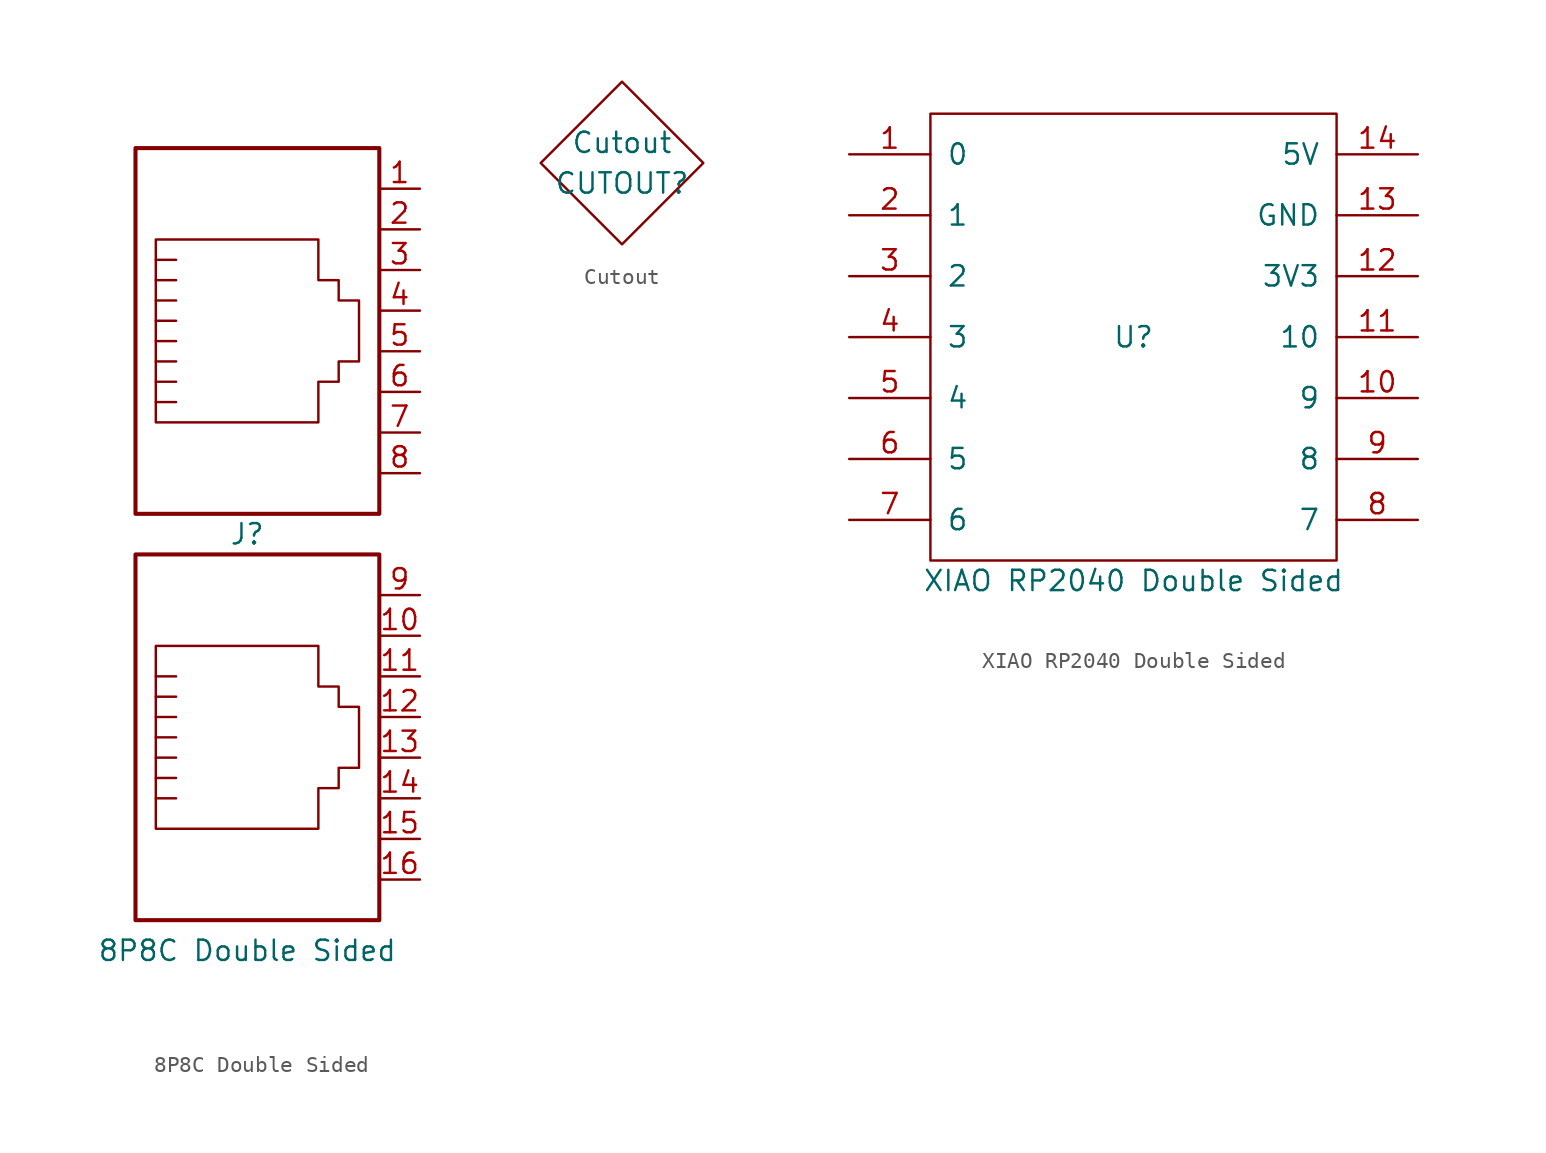
<source format=kicad_sym>
(kicad_symbol_lib
  (version 20211014)
  (generator kicad_symbol_editor)
  (symbol "8P8C Double Sided"
    (pin_names
      (offset 1.016))
    (property "Reference" "J"
      (at 0 0 0)
      (effects (font (size 1.27 1.27))))
    (property "Value" "8P8C Double Sided"
      (at 0 -26.035 0)
      (effects (font (size 1.27 1.27))))
    (symbol "8P8C Double Sided_1_1"
      (rectangle (start -6.985 24.13) (end 8.255 1.27) (stroke (width 0.254) (type default) (color 0 0 0 0)) (fill (type none)))
      (polyline (pts (xy -4.445 -8.89) (xy -5.715 -8.89)) (stroke (width 0) (type default) (color 0 0 0 0)) (fill (type none)))
      (polyline (pts (xy -4.445 8.255) (xy -5.715 8.255)) (stroke (width 0) (type default) (color 0 0 0 0)) (fill (type none)))
      (polyline (pts (xy -4.445 9.525) (xy -5.715 9.525)) (stroke (width 0) (type default) (color 0 0 0 0)) (fill (type none)))
      (polyline (pts (xy 8.255 -5.08) (xy 8.255 -6.35)) (stroke (width 0) (type default) (color 0 0 0 0)) (fill (type none)))
      (polyline (pts (xy -5.715 -16.51) (xy -4.445 -16.51) (xy -4.445 -16.51)) (stroke (width 0) (type default) (color 0 0 0 0)) (fill (type none)))
      (polyline (pts (xy -5.715 -15.24) (xy -4.445 -15.24) (xy -4.445 -15.24)) (stroke (width 0) (type default) (color 0 0 0 0)) (fill (type none)))
      (polyline (pts (xy -5.715 -13.97) (xy -4.445 -13.97) (xy -4.445 -13.97)) (stroke (width 0) (type default) (color 0 0 0 0)) (fill (type none)))
      (polyline (pts (xy -5.715 -12.7) (xy -4.445 -12.7) (xy -4.445 -12.7)) (stroke (width 0) (type default) (color 0 0 0 0)) (fill (type none)))
      (polyline (pts (xy -5.715 -11.43) (xy -4.445 -11.43) (xy -4.445 -11.43)) (stroke (width 0) (type default) (color 0 0 0 0)) (fill (type none)))
      (polyline (pts (xy -5.715 12.065) (xy -4.445 12.065) (xy -4.445 12.065)) (stroke (width 0) (type default) (color 0 0 0 0)) (fill (type none)))
      (polyline (pts (xy -5.715 13.335) (xy -4.445 13.335) (xy -4.445 13.335)) (stroke (width 0) (type default) (color 0 0 0 0)) (fill (type none)))
      (polyline (pts (xy -5.715 14.605) (xy -4.445 14.605) (xy -4.445 14.605)) (stroke (width 0) (type default) (color 0 0 0 0)) (fill (type none)))
      (polyline (pts (xy -5.715 15.875) (xy -4.445 15.875) (xy -4.445 15.875)) (stroke (width 0) (type default) (color 0 0 0 0)) (fill (type none)))
      (polyline (pts (xy -5.715 17.145) (xy -4.445 17.145) (xy -4.445 17.145)) (stroke (width 0) (type default) (color 0 0 0 0)) (fill (type none)))
      (polyline (pts (xy -4.445 -10.16) (xy -5.715 -10.16) (xy -5.715 -10.16)) (stroke (width 0) (type default) (color 0 0 0 0)) (fill (type none)))
      (polyline (pts (xy -4.445 10.795) (xy -5.715 10.795) (xy -5.715 10.795)) (stroke (width 0) (type default) (color 0 0 0 0)) (fill (type none)))
      (polyline (pts (xy -5.715 -18.415) (xy -5.715 -6.985) (xy 4.445 -6.985) (xy 4.445 -9.525) (xy 5.715 -9.525) (xy 5.715 -10.795) (xy 6.985 -10.795) (xy 6.985 -14.605) (xy 5.715 -14.605) (xy 5.715 -15.875) (xy 4.445 -15.875) (xy 4.445 -18.415) (xy -5.715 -18.415) (xy -5.715 -18.415)) (stroke (width 0) (type default) (color 0 0 0 0)) (fill (type none)))
      (polyline (pts (xy -5.715 18.415) (xy -5.715 6.985) (xy 4.445 6.985) (xy 4.445 9.525) (xy 5.715 9.525) (xy 5.715 10.795) (xy 6.985 10.795) (xy 6.985 14.605) (xy 5.715 14.605) (xy 5.715 15.875) (xy 4.445 15.875) (xy 4.445 18.415) (xy -5.715 18.415) (xy -5.715 18.415)) (stroke (width 0) (type default) (color 0 0 0 0)) (fill (type none)))
      (rectangle (start 8.255 -1.27) (end -6.985 -24.13) (stroke (width 0.254) (type default) (color 0 0 0 0)) (fill (type none)))
      (pin passive line (at 10.795 21.59 180) (length 2.54) (name "~" (effects (font (size 1.27 1.27)))) (number "1" (effects (font (size 1.27 1.27)))))
      (pin passive line (at 10.795 -6.35 180) (length 2.54) (name "~" (effects (font (size 1.27 1.27)))) (number "10" (effects (font (size 1.27 1.27)))))
      (pin passive line (at 10.795 -8.89 180) (length 2.54) (name "~" (effects (font (size 1.27 1.27)))) (number "11" (effects (font (size 1.27 1.27)))))
      (pin passive line (at 10.795 -11.43 180) (length 2.54) (name "~" (effects (font (size 1.27 1.27)))) (number "12" (effects (font (size 1.27 1.27)))))
      (pin passive line (at 10.795 -13.97 180) (length 2.54) (name "~" (effects (font (size 1.27 1.27)))) (number "13" (effects (font (size 1.27 1.27)))))
      (pin passive line (at 10.795 -16.51 180) (length 2.54) (name "~" (effects (font (size 1.27 1.27)))) (number "14" (effects (font (size 1.27 1.27)))))
      (pin passive line (at 10.795 -19.05 180) (length 2.54) (name "~" (effects (font (size 1.27 1.27)))) (number "15" (effects (font (size 1.27 1.27)))))
      (pin passive line (at 10.795 -21.59 180) (length 2.54) (name "~" (effects (font (size 1.27 1.27)))) (number "16" (effects (font (size 1.27 1.27)))))
      (pin passive line (at 10.795 19.05 180) (length 2.54) (name "~" (effects (font (size 1.27 1.27)))) (number "2" (effects (font (size 1.27 1.27)))))
      (pin passive line (at 10.795 16.51 180) (length 2.54) (name "~" (effects (font (size 1.27 1.27)))) (number "3" (effects (font (size 1.27 1.27)))))
      (pin passive line (at 10.795 13.97 180) (length 2.54) (name "~" (effects (font (size 1.27 1.27)))) (number "4" (effects (font (size 1.27 1.27)))))
      (pin passive line (at 10.795 11.43 180) (length 2.54) (name "~" (effects (font (size 1.27 1.27)))) (number "5" (effects (font (size 1.27 1.27)))))
      (pin passive line (at 10.795 8.89 180) (length 2.54) (name "~" (effects (font (size 1.27 1.27)))) (number "6" (effects (font (size 1.27 1.27)))))
      (pin passive line (at 10.795 6.35 180) (length 2.54) (name "~" (effects (font (size 1.27 1.27)))) (number "7" (effects (font (size 1.27 1.27)))))
      (pin passive line (at 10.795 3.81 180) (length 2.54) (name "~" (effects (font (size 1.27 1.27)))) (number "8" (effects (font (size 1.27 1.27)))))
      (pin passive line (at 10.795 -3.81 180) (length 2.54) (name "~" (effects (font (size 1.27 1.27)))) (number "9" (effects (font (size 1.27 1.27)))))))
  (symbol "Cutout"
    (pin_names
      (offset 1.016))
    (property "Reference" "CUTOUT"
      (at 0 -1.27 0)
      (effects (font (size 1.27 1.27))))
    (property "Value" "Cutout"
      (at 0 1.27 0)
      (effects (font (size 1.27 1.27))))
    (symbol "Cutout_0_1"
      (polyline (pts (xy 0 5.08) (xy 5.08 0) (xy 0 -5.08) (xy -5.08 0) (xy 0 5.08)) (stroke (width 0.152) (type default) (color 0 0 0 0)) (fill (type none)))))
  (symbol "XIAO RP2040 Double Sided"
    (pin_names
      (offset 1))
    (property "Reference" "U"
      (at 0 0 0)
      (effects (font (size 1.27 1.27))))
    (property "Value" "XIAO RP2040 Double Sided"
      (at 0 -15.24 0)
      (effects (font (size 1.27 1.27))))
    (symbol "XIAO RP2040 Double Sided_0_1"
      (rectangle (start -12.7 13.97) (end 12.7 -13.97) (stroke (width 0.152) (type default) (color 0 0 0 0)) (fill (type none))))
    (symbol "XIAO RP2040 Double Sided_1_1"
      (pin input line (at -17.78 11.43 0) (length 5.08) (name "0" (effects (font (size 1.27 1.27)))) (number "1" (effects (font (size 1.27 1.27)))))
      (pin input line (at 17.78 -3.81 180) (length 5.08) (name "9" (effects (font (size 1.27 1.27)))) (number "10" (effects (font (size 1.27 1.27)))))
      (pin input line (at 17.78 0 180) (length 5.08) (name "10" (effects (font (size 1.27 1.27)))) (number "11" (effects (font (size 1.27 1.27)))))
      (pin input line (at 17.78 3.81 180) (length 5.08) (name "3V3" (effects (font (size 1.27 1.27)))) (number "12" (effects (font (size 1.27 1.27)))))
      (pin input line (at 17.78 7.62 180) (length 5.08) (name "GND" (effects (font (size 1.27 1.27)))) (number "13" (effects (font (size 1.27 1.27)))))
      (pin input line (at 17.78 11.43 180) (length 5.08) (name "5V" (effects (font (size 1.27 1.27)))) (number "14" (effects (font (size 1.27 1.27)))))
      (pin input line (at -17.78 7.62 0) (length 5.08) (name "1" (effects (font (size 1.27 1.27)))) (number "2" (effects (font (size 1.27 1.27)))))
      (pin input line (at -17.78 3.81 0) (length 5.08) (name "2" (effects (font (size 1.27 1.27)))) (number "3" (effects (font (size 1.27 1.27)))))
      (pin input line (at -17.78 0 0) (length 5.08) (name "3" (effects (font (size 1.27 1.27)))) (number "4" (effects (font (size 1.27 1.27)))))
      (pin input line (at -17.78 -3.81 0) (length 5.08) (name "4" (effects (font (size 1.27 1.27)))) (number "5" (effects (font (size 1.27 1.27)))))
      (pin input line (at -17.78 -7.62 0) (length 5.08) (name "5" (effects (font (size 1.27 1.27)))) (number "6" (effects (font (size 1.27 1.27)))))
      (pin input line (at -17.78 -11.43 0) (length 5.08) (name "6" (effects (font (size 1.27 1.27)))) (number "7" (effects (font (size 1.27 1.27)))))
      (pin input line (at 17.78 -11.43 180) (length 5.08) (name "7" (effects (font (size 1.27 1.27)))) (number "8" (effects (font (size 1.27 1.27)))))
      (pin input line (at 17.78 -7.62 180) (length 5.08) (name "8" (effects (font (size 1.27 1.27)))) (number "9" (effects (font (size 1.27 1.27))))))))
</source>
